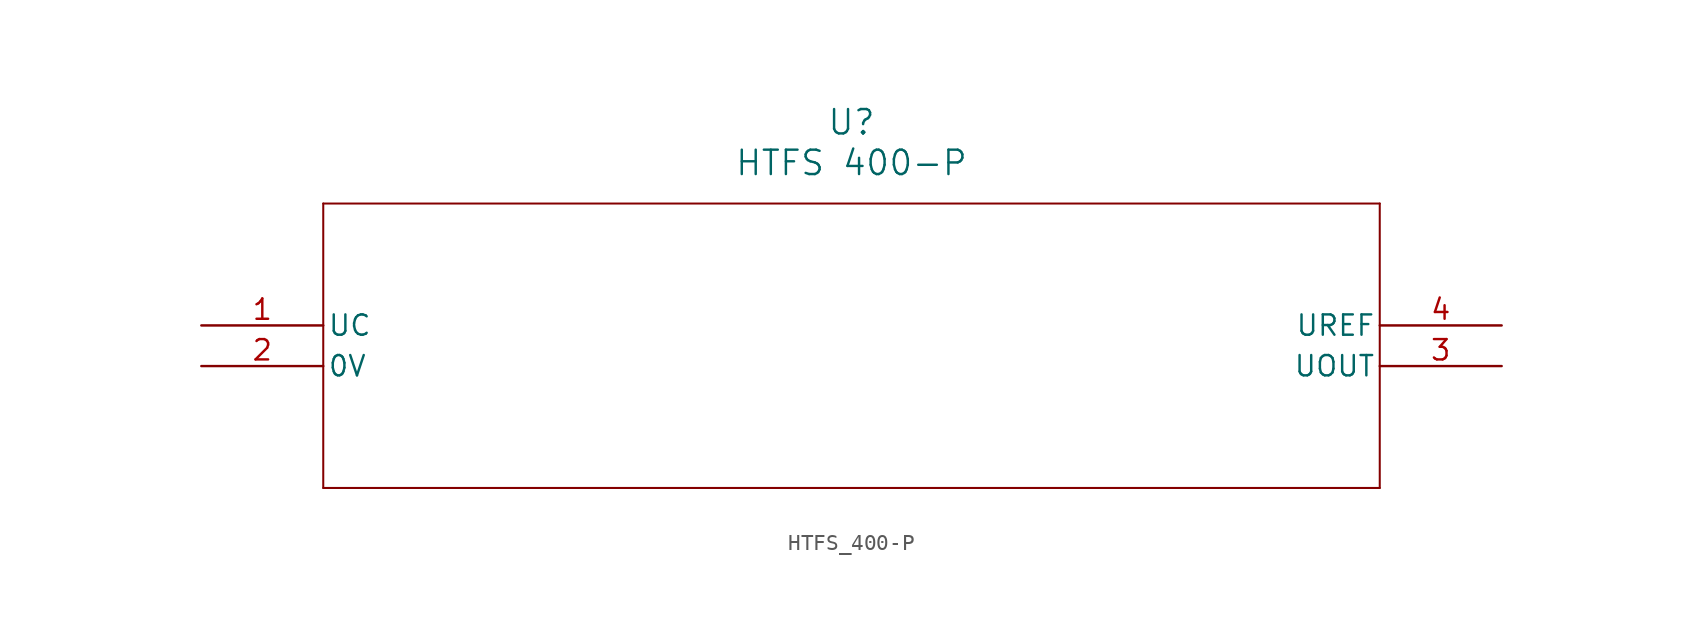
<source format=kicad_sym>
(kicad_symbol_lib
  (version 20211014)
  (generator kicad_symbol_editor)
  (symbol "HTFS_400-P"
    (pin_names
      (offset 0.254))
    (property "Reference" "U"
      (at 40.64 12.7 0)
      (effects (font (size 1.524 1.524))))
    (property "Value" "HTFS 400-P"
      (at 40.64 10.16 0)
      (effects (font (size 1.524 1.524))))
    (symbol "HTFS_400-P_0_1"
      (polyline (pts (xy 7.62 7.62) (xy 7.62 -10.16)) (stroke (width 0.127) (type default) (color 0 0 0 0)) (fill (type none)))
      (polyline (pts (xy 7.62 -10.16) (xy 73.66 -10.16)) (stroke (width 0.127) (type default) (color 0 0 0 0)) (fill (type none)))
      (polyline (pts (xy 73.66 -10.16) (xy 73.66 7.62)) (stroke (width 0.127) (type default) (color 0 0 0 0)) (fill (type none)))
      (polyline (pts (xy 73.66 7.62) (xy 7.62 7.62)) (stroke (width 0.127) (type default) (color 0 0 0 0)) (fill (type none)))
      (pin unspecified line (at 0 0 0) (length 7.62) (name "UC" (effects (font (size 1.27 1.27)))) (number "1" (effects (font (size 1.27 1.27)))))
      (pin unspecified line (at 0 -2.54 0) (length 7.62) (name "0V" (effects (font (size 1.27 1.27)))) (number "2" (effects (font (size 1.27 1.27)))))
      (pin unspecified line (at 81.28 -2.54 180) (length 7.62) (name "UOUT" (effects (font (size 1.27 1.27)))) (number "3" (effects (font (size 1.27 1.27)))))
      (pin unspecified line (at 81.28 0 180) (length 7.62) (name "UREF" (effects (font (size 1.27 1.27)))) (number "4" (effects (font (size 1.27 1.27))))))))
</source>
